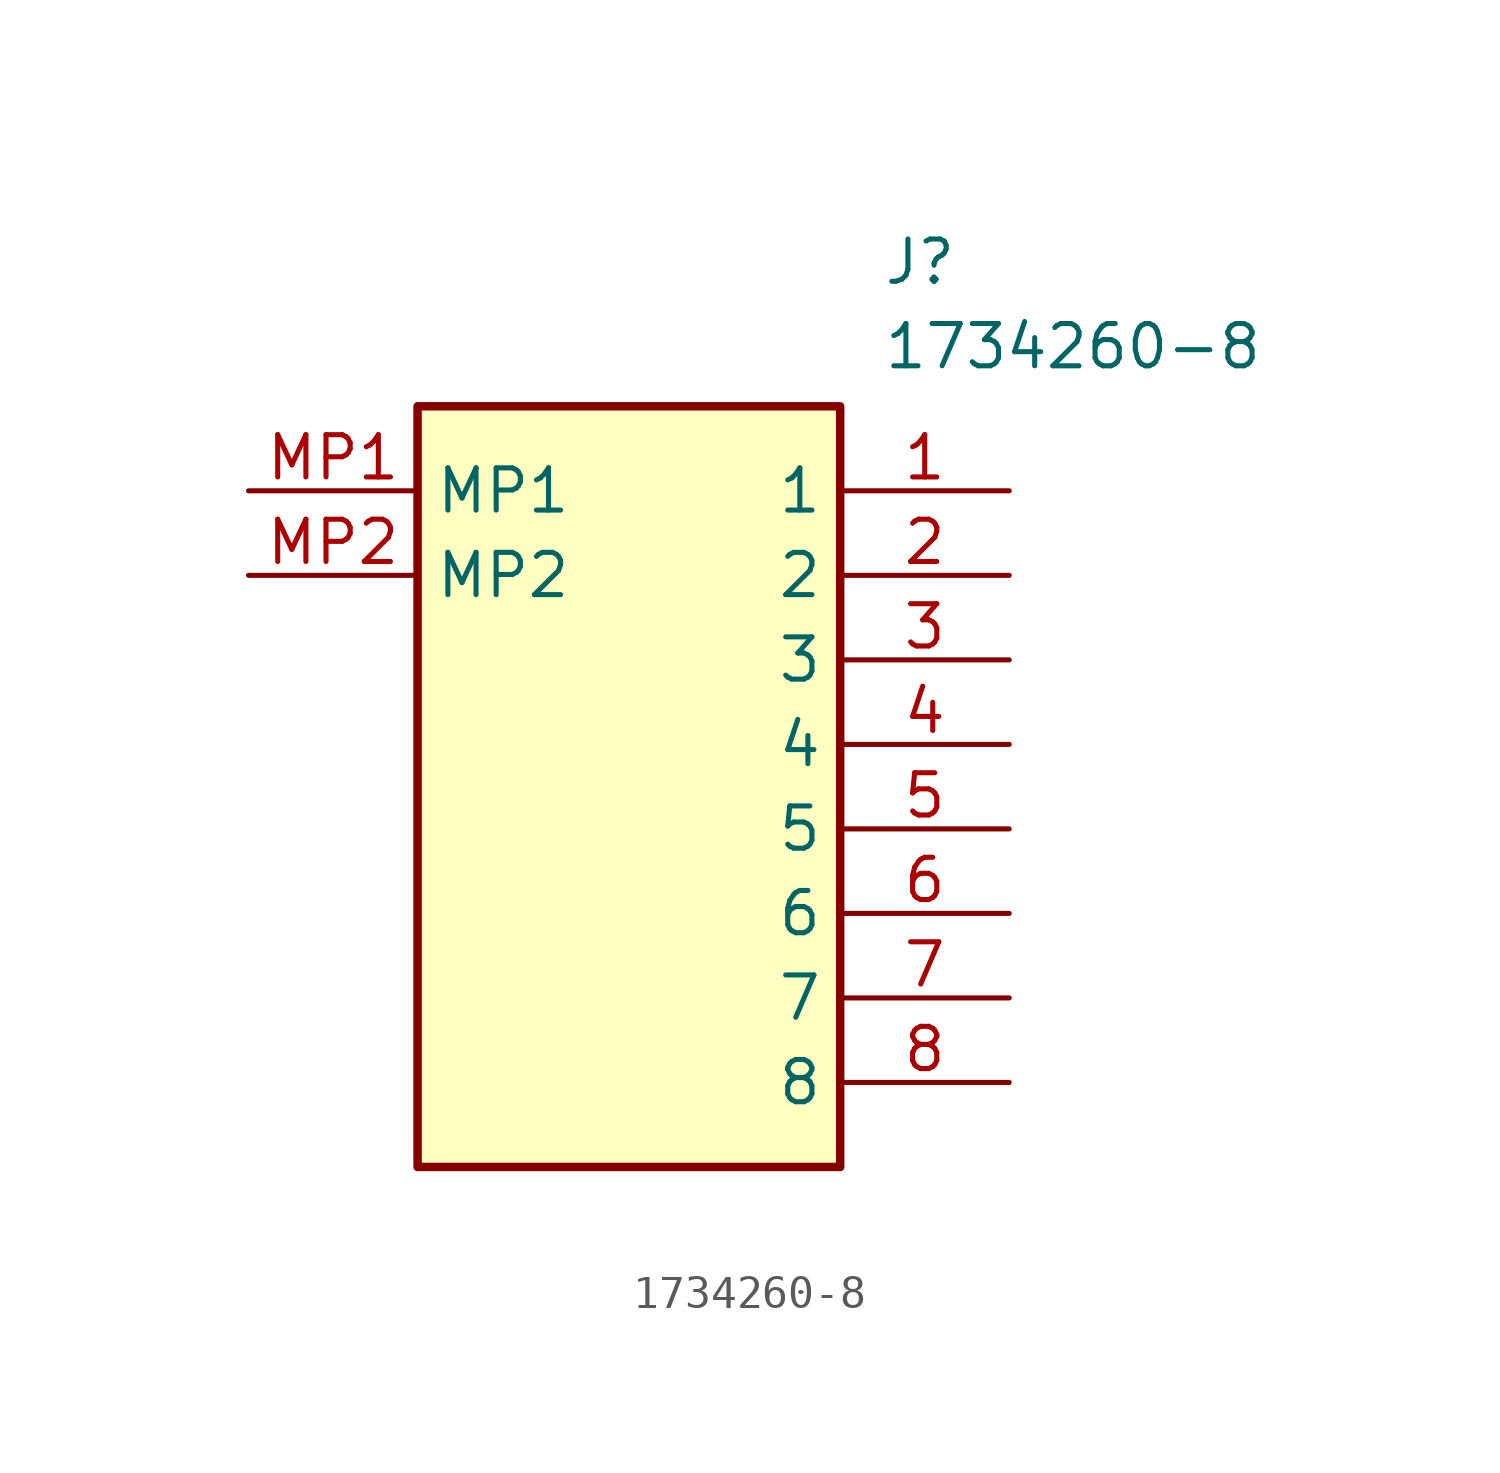
<source format=kicad_sym>
(kicad_symbol_lib
  (version 20211014)
  (generator SamacSys_ECAD_Model)
  (symbol "1734260-8"
    (property "Reference" "J"
      (at 19.05 7.62 0)
      (effects (font (size 1.27 1.27)) (justify left top)))
    (property "Value" "1734260-8"
      (at 19.05 5.08 0)
      (effects (font (size 1.27 1.27)) (justify left top)))
    (rectangle
      (start 5.08 2.54)
      (end 17.78 -20.32)
      (stroke (width 0.254) (type default))
      (fill (type background)))
    (pin passive line
      (at 22.86 0 180)
      (length 5.08)
      (name "1" (effects (font (size 1.27 1.27))))
      (number "1" (effects (font (size 1.27 1.27)))))
    (pin passive line
      (at 22.86 -2.54 180)
      (length 5.08)
      (name "2" (effects (font (size 1.27 1.27))))
      (number "2" (effects (font (size 1.27 1.27)))))
    (pin passive line
      (at 22.86 -5.08 180)
      (length 5.08)
      (name "3" (effects (font (size 1.27 1.27))))
      (number "3" (effects (font (size 1.27 1.27)))))
    (pin passive line
      (at 22.86 -7.62 180)
      (length 5.08)
      (name "4" (effects (font (size 1.27 1.27))))
      (number "4" (effects (font (size 1.27 1.27)))))
    (pin passive line
      (at 22.86 -10.16 180)
      (length 5.08)
      (name "5" (effects (font (size 1.27 1.27))))
      (number "5" (effects (font (size 1.27 1.27)))))
    (pin passive line
      (at 22.86 -12.7 180)
      (length 5.08)
      (name "6" (effects (font (size 1.27 1.27))))
      (number "6" (effects (font (size 1.27 1.27)))))
    (pin passive line
      (at 22.86 -15.24 180)
      (length 5.08)
      (name "7" (effects (font (size 1.27 1.27))))
      (number "7" (effects (font (size 1.27 1.27)))))
    (pin passive line
      (at 22.86 -17.78 180)
      (length 5.08)
      (name "8" (effects (font (size 1.27 1.27))))
      (number "8" (effects (font (size 1.27 1.27)))))
    (pin passive line
      (at 0 0 0)
      (length 5.08)
      (name "MP1" (effects (font (size 1.27 1.27))))
      (number "MP1" (effects (font (size 1.27 1.27)))))
    (pin passive line
      (at 0 -2.54 0)
      (length 5.08)
      (name "MP2" (effects (font (size 1.27 1.27))))
      (number "MP2" (effects (font (size 1.27 1.27)))))))
</source>
